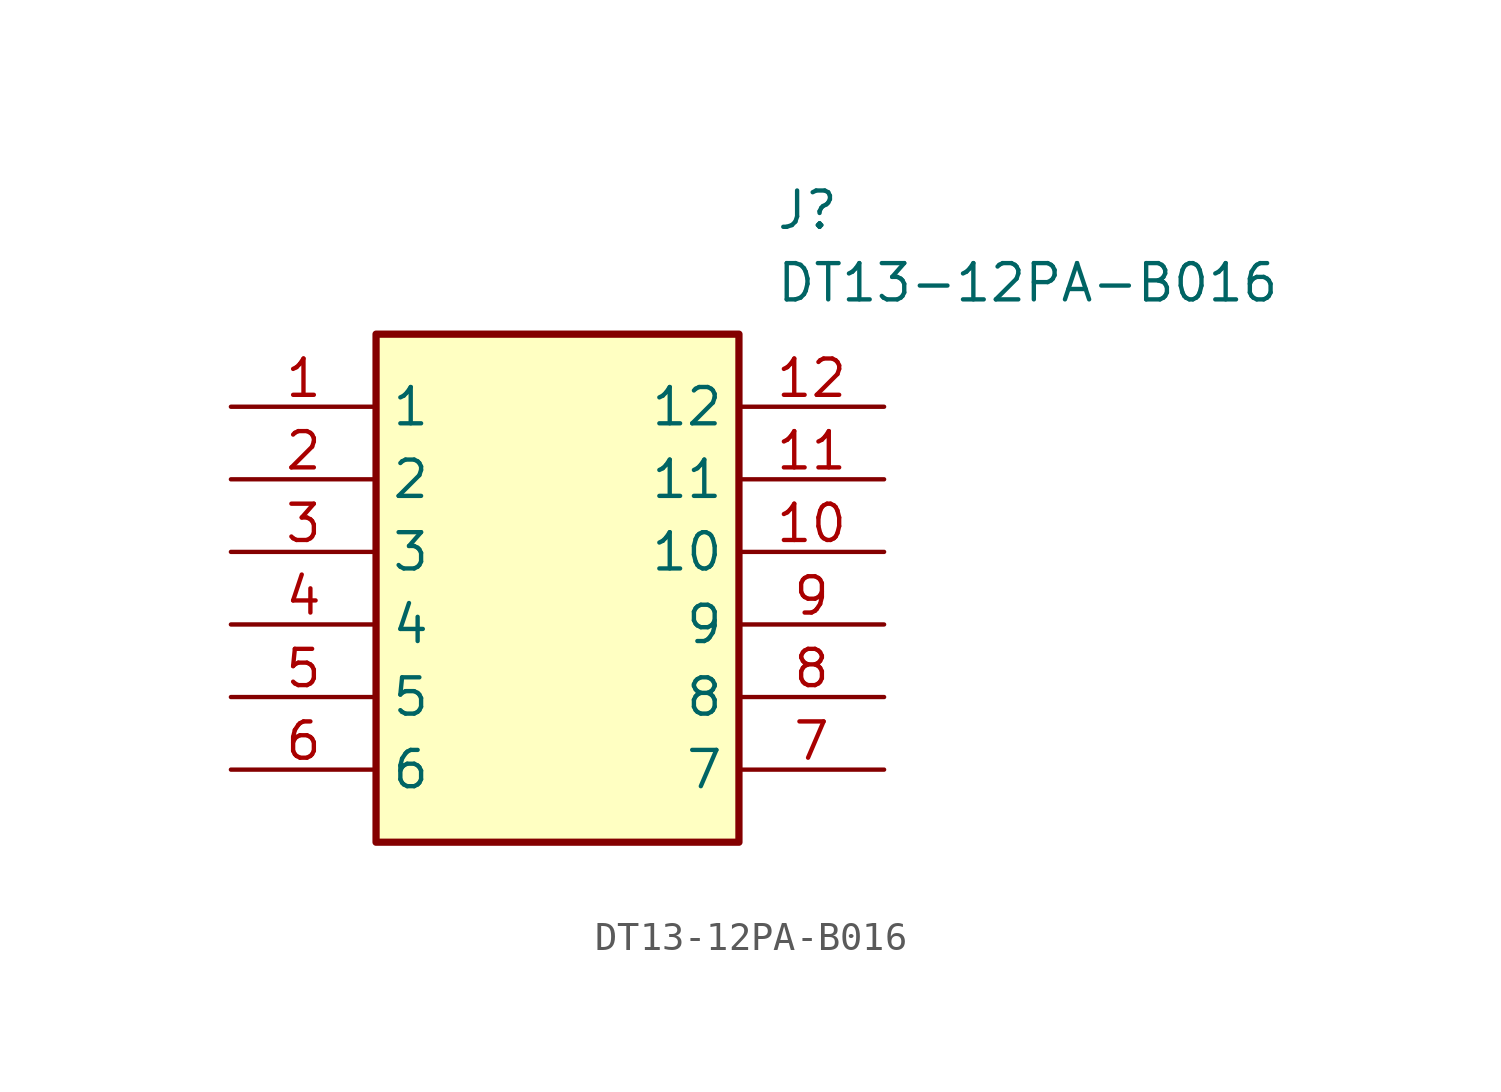
<source format=kicad_sym>
(kicad_symbol_lib
  (version 20211014)
  (generator SamacSys_ECAD_Model)
  (symbol "DT13-12PA-B016"
    (property "Reference" "J"
      (at 19.05 7.62 0)
      (effects (font (size 1.27 1.27)) (justify left top)))
    (property "Value" "DT13-12PA-B016"
      (at 19.05 5.08 0)
      (effects (font (size 1.27 1.27)) (justify left top)))
    (rectangle
      (start 5.08 2.54)
      (end 17.78 -15.24)
      (stroke (width 0.254) (type default))
      (fill (type background)))
    (pin passive line
      (at 0 0 0)
      (length 5.08)
      (name "1" (effects (font (size 1.27 1.27))))
      (number "1" (effects (font (size 1.27 1.27)))))
    (pin passive line
      (at 0 -2.54 0)
      (length 5.08)
      (name "2" (effects (font (size 1.27 1.27))))
      (number "2" (effects (font (size 1.27 1.27)))))
    (pin passive line
      (at 0 -5.08 0)
      (length 5.08)
      (name "3" (effects (font (size 1.27 1.27))))
      (number "3" (effects (font (size 1.27 1.27)))))
    (pin passive line
      (at 0 -7.62 0)
      (length 5.08)
      (name "4" (effects (font (size 1.27 1.27))))
      (number "4" (effects (font (size 1.27 1.27)))))
    (pin passive line
      (at 0 -10.16 0)
      (length 5.08)
      (name "5" (effects (font (size 1.27 1.27))))
      (number "5" (effects (font (size 1.27 1.27)))))
    (pin passive line
      (at 0 -12.7 0)
      (length 5.08)
      (name "6" (effects (font (size 1.27 1.27))))
      (number "6" (effects (font (size 1.27 1.27)))))
    (pin passive line
      (at 22.86 -12.7 180)
      (length 5.08)
      (name "7" (effects (font (size 1.27 1.27))))
      (number "7" (effects (font (size 1.27 1.27)))))
    (pin passive line
      (at 22.86 -10.16 180)
      (length 5.08)
      (name "8" (effects (font (size 1.27 1.27))))
      (number "8" (effects (font (size 1.27 1.27)))))
    (pin passive line
      (at 22.86 -7.62 180)
      (length 5.08)
      (name "9" (effects (font (size 1.27 1.27))))
      (number "9" (effects (font (size 1.27 1.27)))))
    (pin passive line
      (at 22.86 -5.08 180)
      (length 5.08)
      (name "10" (effects (font (size 1.27 1.27))))
      (number "10" (effects (font (size 1.27 1.27)))))
    (pin passive line
      (at 22.86 -2.54 180)
      (length 5.08)
      (name "11" (effects (font (size 1.27 1.27))))
      (number "11" (effects (font (size 1.27 1.27)))))
    (pin passive line
      (at 22.86 0 180)
      (length 5.08)
      (name "12" (effects (font (size 1.27 1.27))))
      (number "12" (effects (font (size 1.27 1.27)))))))
</source>
